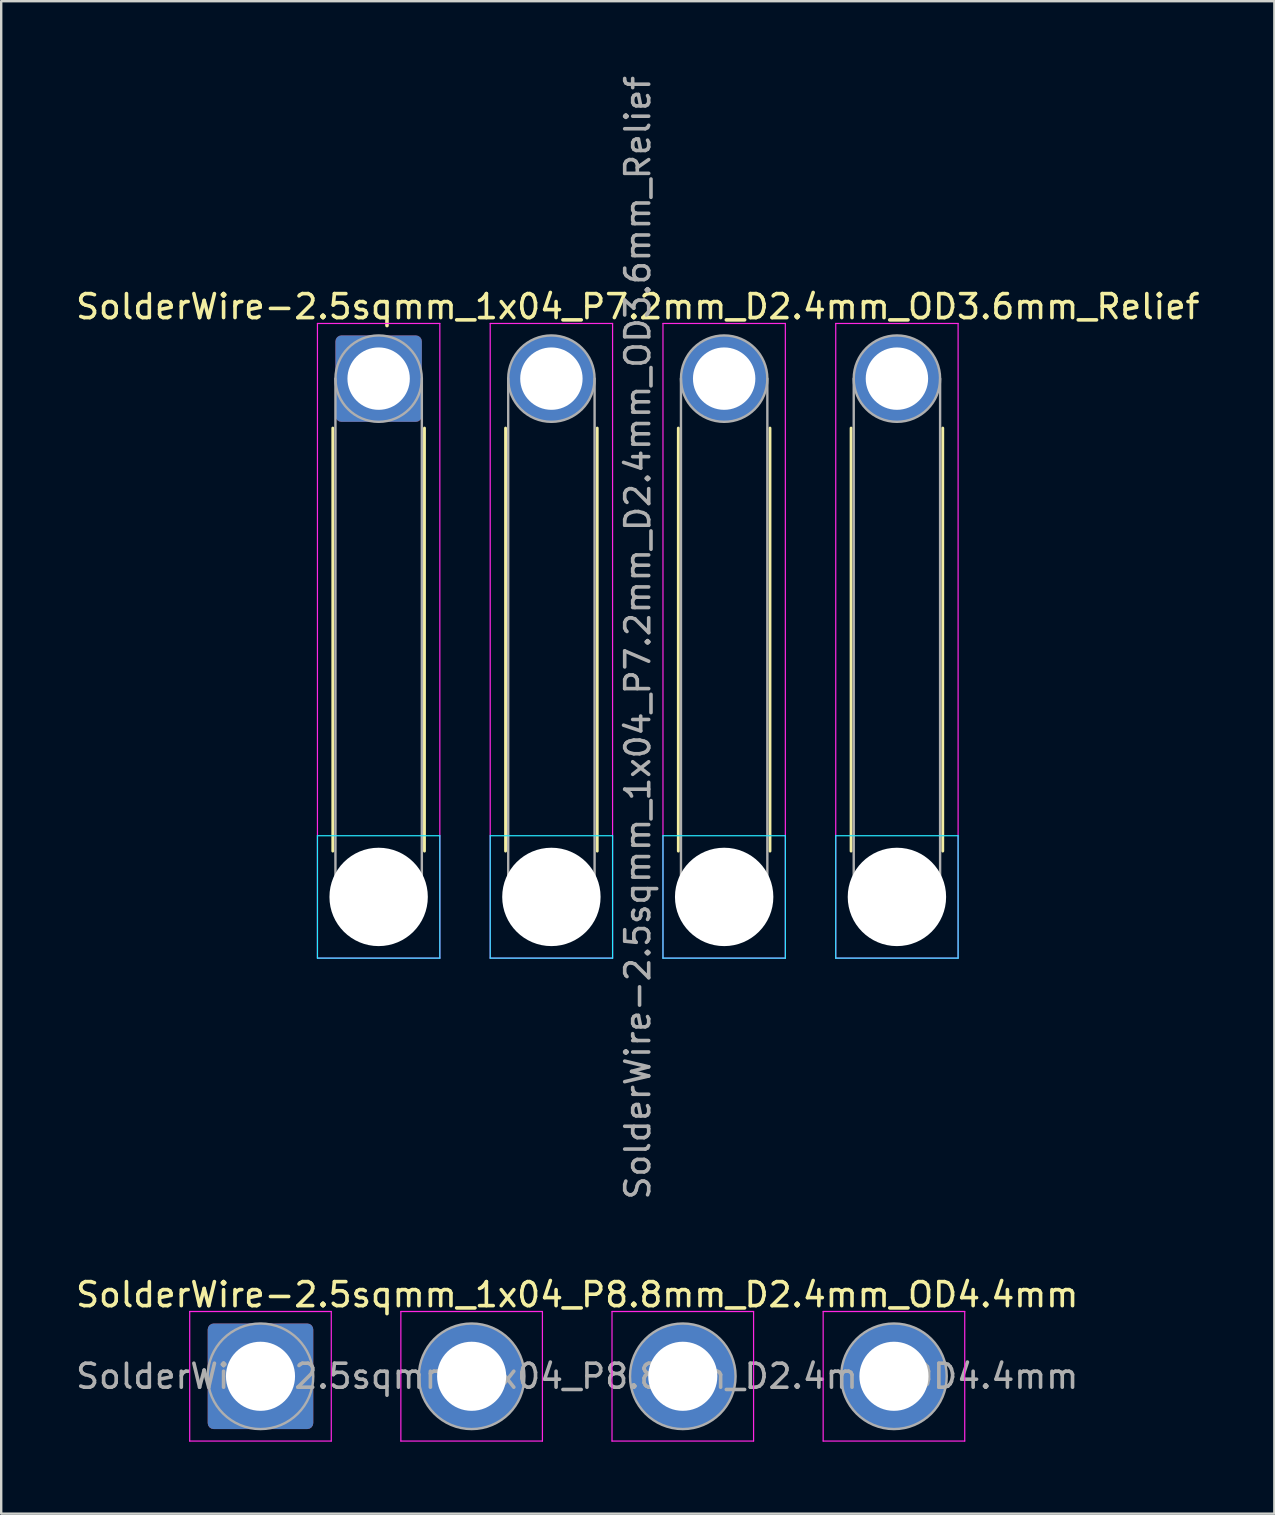
<source format=kicad_pcb>
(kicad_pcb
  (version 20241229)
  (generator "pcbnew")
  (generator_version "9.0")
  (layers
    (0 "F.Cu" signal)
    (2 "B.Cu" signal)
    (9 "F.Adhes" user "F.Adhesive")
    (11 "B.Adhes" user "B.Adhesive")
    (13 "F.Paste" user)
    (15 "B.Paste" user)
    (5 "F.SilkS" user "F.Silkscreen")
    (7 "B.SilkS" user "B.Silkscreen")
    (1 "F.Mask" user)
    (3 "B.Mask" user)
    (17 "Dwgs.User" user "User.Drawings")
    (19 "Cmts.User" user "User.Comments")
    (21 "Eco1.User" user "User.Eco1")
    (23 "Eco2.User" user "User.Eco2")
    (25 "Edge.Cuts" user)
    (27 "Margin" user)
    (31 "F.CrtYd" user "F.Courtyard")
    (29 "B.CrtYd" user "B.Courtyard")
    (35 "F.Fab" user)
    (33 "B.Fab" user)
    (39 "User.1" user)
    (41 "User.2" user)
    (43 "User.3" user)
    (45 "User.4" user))
  (footprint "SolderWire-2.5sqmm_1x04_P8.8mm_D2.4mm_OD4.4mm"
    (layer "F.Cu")
    (at 7.806 54.308)
    (property "Reference" "SolderWire-2.5sqmm_1x04_P8.8mm_D2.4mm_OD4.4mm" (at 13.2 -3.4 0) (layer "F.SilkS") (effects (font (size 1 1) (thickness 0.15))))
    (attr exclude_from_pos_files exclude_from_bom)
    (fp_line (start -2.95 -2.7) (end -2.95 2.7) (stroke (width 0.05) (type solid)) (layer "F.CrtYd"))
    (fp_line (start -2.95 2.7) (end 2.95 2.7) (stroke (width 0.05) (type solid)) (layer "F.CrtYd"))
    (fp_line (start 2.95 -2.7) (end -2.95 -2.7) (stroke (width 0.05) (type solid)) (layer "F.CrtYd"))
    (fp_line (start 2.95 2.7) (end 2.95 -2.7) (stroke (width 0.05) (type solid)) (layer "F.CrtYd"))
    (fp_line (start 5.85 -2.7) (end 5.85 2.7) (stroke (width 0.05) (type solid)) (layer "F.CrtYd"))
    (fp_line (start 5.85 2.7) (end 11.75 2.7) (stroke (width 0.05) (type solid)) (layer "F.CrtYd"))
    (fp_line (start 11.75 -2.7) (end 5.85 -2.7) (stroke (width 0.05) (type solid)) (layer "F.CrtYd"))
    (fp_line (start 11.75 2.7) (end 11.75 -2.7) (stroke (width 0.05) (type solid)) (layer "F.CrtYd"))
    (fp_line (start 14.65 -2.7) (end 14.65 2.7) (stroke (width 0.05) (type solid)) (layer "F.CrtYd"))
    (fp_line (start 14.65 2.7) (end 20.55 2.7) (stroke (width 0.05) (type solid)) (layer "F.CrtYd"))
    (fp_line (start 20.55 -2.7) (end 14.65 -2.7) (stroke (width 0.05) (type solid)) (layer "F.CrtYd"))
    (fp_line (start 20.55 2.7) (end 20.55 -2.7) (stroke (width 0.05) (type solid)) (layer "F.CrtYd"))
    (fp_line (start 23.45 -2.7) (end 23.45 2.7) (stroke (width 0.05) (type solid)) (layer "F.CrtYd"))
    (fp_line (start 23.45 2.7) (end 29.35 2.7) (stroke (width 0.05) (type solid)) (layer "F.CrtYd"))
    (fp_line (start 29.35 -2.7) (end 23.45 -2.7) (stroke (width 0.05) (type solid)) (layer "F.CrtYd"))
    (fp_line (start 29.35 2.7) (end 29.35 -2.7) (stroke (width 0.05) (type solid)) (layer "F.CrtYd"))
    (fp_circle (center 0 0) (end 2.2 0) (stroke (width 0.1) (type solid)) (fill no) (layer "F.Fab"))
    (fp_circle (center 8.8 0) (end 11 0) (stroke (width 0.1) (type solid)) (fill no) (layer "F.Fab"))
    (fp_circle (center 17.6 0) (end 19.8 0) (stroke (width 0.1) (type solid)) (fill no) (layer "F.Fab"))
    (fp_circle (center 26.4 0) (end 28.6 0) (stroke (width 0.1) (type solid)) (fill no) (layer "F.Fab"))
    (fp_text user "${REFERENCE}" (at 13.2 0 0) (layer "F.Fab") (effects (font (size 1 1) (thickness 0.15))))
    (pad "1" thru_hole roundrect (at 0 0) (size 4.4 4.4) (drill 2.88) (layers "*.Cu" "*.Mask") (roundrect_rratio 0.057))
    (pad "2" thru_hole circle (at 8.8 0) (size 4.4 4.4) (drill 2.88) (layers "*.Cu" "*.Mask"))
    (pad "3" thru_hole circle (at 17.6 0) (size 4.4 4.4) (drill 2.88) (layers "*.Cu" "*.Mask"))
    (pad "4" thru_hole circle (at 26.4 0) (size 4.4 4.4) (drill 2.88) (layers "*.Cu" "*.Mask")))
  (footprint "SolderWire-2.5sqmm_1x04_P7.2mm_D2.4mm_OD3.6mm_Relief"
    (layer "F.Cu")
    (at 12.73 12.73)
    (property "Reference" "SolderWire-2.5sqmm_1x04_P7.2mm_D2.4mm_OD3.6mm_Relief" (at 10.8 -3 0) (layer "F.SilkS") (effects (font (size 1 1) (thickness 0.15))))
    (attr exclude_from_pos_files exclude_from_bom)
    (fp_line (start -1.91 2.06) (end -1.91 19.69) (stroke (width 0.12) (type solid)) (layer "F.SilkS"))
    (fp_line (start 1.91 2.06) (end 1.91 19.69) (stroke (width 0.12) (type solid)) (layer "F.SilkS"))
    (fp_line (start 5.29 2.06) (end 5.29 19.69) (stroke (width 0.12) (type solid)) (layer "F.SilkS"))
    (fp_line (start 9.11 2.06) (end 9.11 19.69) (stroke (width 0.12) (type solid)) (layer "F.SilkS"))
    (fp_line (start 12.49 2.06) (end 12.49 19.69) (stroke (width 0.12) (type solid)) (layer "F.SilkS"))
    (fp_line (start 16.31 2.06) (end 16.31 19.69) (stroke (width 0.12) (type solid)) (layer "F.SilkS"))
    (fp_line (start 19.69 2.06) (end 19.69 19.69) (stroke (width 0.12) (type solid)) (layer "F.SilkS"))
    (fp_line (start 23.51 2.06) (end 23.51 19.69) (stroke (width 0.12) (type solid)) (layer "F.SilkS"))
    (fp_line (start -2.55 19.05) (end -2.55 24.15) (stroke (width 0.05) (type solid)) (layer "B.CrtYd"))
    (fp_line (start -2.55 24.15) (end 2.55 24.15) (stroke (width 0.05) (type solid)) (layer "B.CrtYd"))
    (fp_line (start 2.55 19.05) (end -2.55 19.05) (stroke (width 0.05) (type solid)) (layer "B.CrtYd"))
    (fp_line (start 2.55 24.15) (end 2.55 19.05) (stroke (width 0.05) (type solid)) (layer "B.CrtYd"))
    (fp_line (start 4.65 19.05) (end 4.65 24.15) (stroke (width 0.05) (type solid)) (layer "B.CrtYd"))
    (fp_line (start 4.65 24.15) (end 9.75 24.15) (stroke (width 0.05) (type solid)) (layer "B.CrtYd"))
    (fp_line (start 9.75 19.05) (end 4.65 19.05) (stroke (width 0.05) (type solid)) (layer "B.CrtYd"))
    (fp_line (start 9.75 24.15) (end 9.75 19.05) (stroke (width 0.05) (type solid)) (layer "B.CrtYd"))
    (fp_line (start 11.85 19.05) (end 11.85 24.15) (stroke (width 0.05) (type solid)) (layer "B.CrtYd"))
    (fp_line (start 11.85 24.15) (end 16.95 24.15) (stroke (width 0.05) (type solid)) (layer "B.CrtYd"))
    (fp_line (start 16.95 19.05) (end 11.85 19.05) (stroke (width 0.05) (type solid)) (layer "B.CrtYd"))
    (fp_line (start 16.95 24.15) (end 16.95 19.05) (stroke (width 0.05) (type solid)) (layer "B.CrtYd"))
    (fp_line (start 19.05 19.05) (end 19.05 24.15) (stroke (width 0.05) (type solid)) (layer "B.CrtYd"))
    (fp_line (start 19.05 24.15) (end 24.15 24.15) (stroke (width 0.05) (type solid)) (layer "B.CrtYd"))
    (fp_line (start 24.15 19.05) (end 19.05 19.05) (stroke (width 0.05) (type solid)) (layer "B.CrtYd"))
    (fp_line (start 24.15 24.15) (end 24.15 19.05) (stroke (width 0.05) (type solid)) (layer "B.CrtYd"))
    (fp_line (start -2.55 -2.3) (end -2.55 24.15) (stroke (width 0.05) (type solid)) (layer "F.CrtYd"))
    (fp_line (start -2.55 24.15) (end 2.55 24.15) (stroke (width 0.05) (type solid)) (layer "F.CrtYd"))
    (fp_line (start 2.55 -2.3) (end -2.55 -2.3) (stroke (width 0.05) (type solid)) (layer "F.CrtYd"))
    (fp_line (start 2.55 24.15) (end 2.55 -2.3) (stroke (width 0.05) (type solid)) (layer "F.CrtYd"))
    (fp_line (start 4.65 -2.3) (end 4.65 24.15) (stroke (width 0.05) (type solid)) (layer "F.CrtYd"))
    (fp_line (start 4.65 24.15) (end 9.75 24.15) (stroke (width 0.05) (type solid)) (layer "F.CrtYd"))
    (fp_line (start 9.75 -2.3) (end 4.65 -2.3) (stroke (width 0.05) (type solid)) (layer "F.CrtYd"))
    (fp_line (start 9.75 24.15) (end 9.75 -2.3) (stroke (width 0.05) (type solid)) (layer "F.CrtYd"))
    (fp_line (start 11.85 -2.3) (end 11.85 24.15) (stroke (width 0.05) (type solid)) (layer "F.CrtYd"))
    (fp_line (start 11.85 24.15) (end 16.95 24.15) (stroke (width 0.05) (type solid)) (layer "F.CrtYd"))
    (fp_line (start 16.95 -2.3) (end 11.85 -2.3) (stroke (width 0.05) (type solid)) (layer "F.CrtYd"))
    (fp_line (start 16.95 24.15) (end 16.95 -2.3) (stroke (width 0.05) (type solid)) (layer "F.CrtYd"))
    (fp_line (start 19.05 -2.3) (end 19.05 24.15) (stroke (width 0.05) (type solid)) (layer "F.CrtYd"))
    (fp_line (start 19.05 24.15) (end 24.15 24.15) (stroke (width 0.05) (type solid)) (layer "F.CrtYd"))
    (fp_line (start 24.15 -2.3) (end 19.05 -2.3) (stroke (width 0.05) (type solid)) (layer "F.CrtYd"))
    (fp_line (start 24.15 24.15) (end 24.15 -2.3) (stroke (width 0.05) (type solid)) (layer "F.CrtYd"))
    (fp_line (start -1.8 0) (end -1.8 21.6) (stroke (width 0.1) (type solid)) (layer "F.Fab"))
    (fp_line (start 1.8 0) (end 1.8 21.6) (stroke (width 0.1) (type solid)) (layer "F.Fab"))
    (fp_line (start 5.4 0) (end 5.4 21.6) (stroke (width 0.1) (type solid)) (layer "F.Fab"))
    (fp_line (start 9 0) (end 9 21.6) (stroke (width 0.1) (type solid)) (layer "F.Fab"))
    (fp_line (start 12.6 0) (end 12.6 21.6) (stroke (width 0.1) (type solid)) (layer "F.Fab"))
    (fp_line (start 16.2 0) (end 16.2 21.6) (stroke (width 0.1) (type solid)) (layer "F.Fab"))
    (fp_line (start 19.8 0) (end 19.8 21.6) (stroke (width 0.1) (type solid)) (layer "F.Fab"))
    (fp_line (start 23.4 0) (end 23.4 21.6) (stroke (width 0.1) (type solid)) (layer "F.Fab"))
    (fp_circle (center 0 0) (end 1.8 0) (stroke (width 0.1) (type solid)) (fill no) (layer "F.Fab"))
    (fp_circle (center 0 21.6) (end 1.8 21.6) (stroke (width 0.1) (type solid)) (fill no) (layer "F.Fab"))
    (fp_circle (center 7.2 0) (end 9 0) (stroke (width 0.1) (type solid)) (fill no) (layer "F.Fab"))
    (fp_circle (center 7.2 21.6) (end 9 21.6) (stroke (width 0.1) (type solid)) (fill no) (layer "F.Fab"))
    (fp_circle (center 14.4 0) (end 16.2 0) (stroke (width 0.1) (type solid)) (fill no) (layer "F.Fab"))
    (fp_circle (center 14.4 21.6) (end 16.2 21.6) (stroke (width 0.1) (type solid)) (fill no) (layer "F.Fab"))
    (fp_circle (center 21.6 0) (end 23.4 0) (stroke (width 0.1) (type solid)) (fill no) (layer "F.Fab"))
    (fp_circle (center 21.6 21.6) (end 23.4 21.6) (stroke (width 0.1) (type solid)) (fill no) (layer "F.Fab"))
    (fp_text user "${REFERENCE}" (at 10.8 10.8 90) (layer "F.Fab") (effects (font (size 1 1) (thickness 0.15))))
    (pad "" np_thru_hole circle (at 0 21.6) (size 4.1 4.1) (drill 4.1) (layers "*.Cu" "*.Mask"))
    (pad "" np_thru_hole circle (at 7.2 21.6) (size 4.1 4.1) (drill 4.1) (layers "*.Cu" "*.Mask"))
    (pad "" np_thru_hole circle (at 14.4 21.6) (size 4.1 4.1) (drill 4.1) (layers "*.Cu" "*.Mask"))
    (pad "" np_thru_hole circle (at 21.6 21.6) (size 4.1 4.1) (drill 4.1) (layers "*.Cu" "*.Mask"))
    (pad "1" thru_hole roundrect (at 0 0) (size 3.6 3.6) (drill 2.6) (layers "*.Cu" "*.Mask") (roundrect_rratio 0.069))
    (pad "2" thru_hole circle (at 7.2 0) (size 3.6 3.6) (drill 2.6) (layers "*.Cu" "*.Mask"))
    (pad "3" thru_hole circle (at 14.4 0) (size 3.6 3.6) (drill 2.6) (layers "*.Cu" "*.Mask"))
    (pad "4" thru_hole circle (at 21.6 0) (size 3.6 3.6) (drill 2.6) (layers "*.Cu" "*.Mask")))
  (gr_rect
    (start -3 -3)
    (end 50.06 60.033)
    (stroke (width 0.1) (type default))
    (fill no)
    (layer "Edge.Cuts")))
</source>
